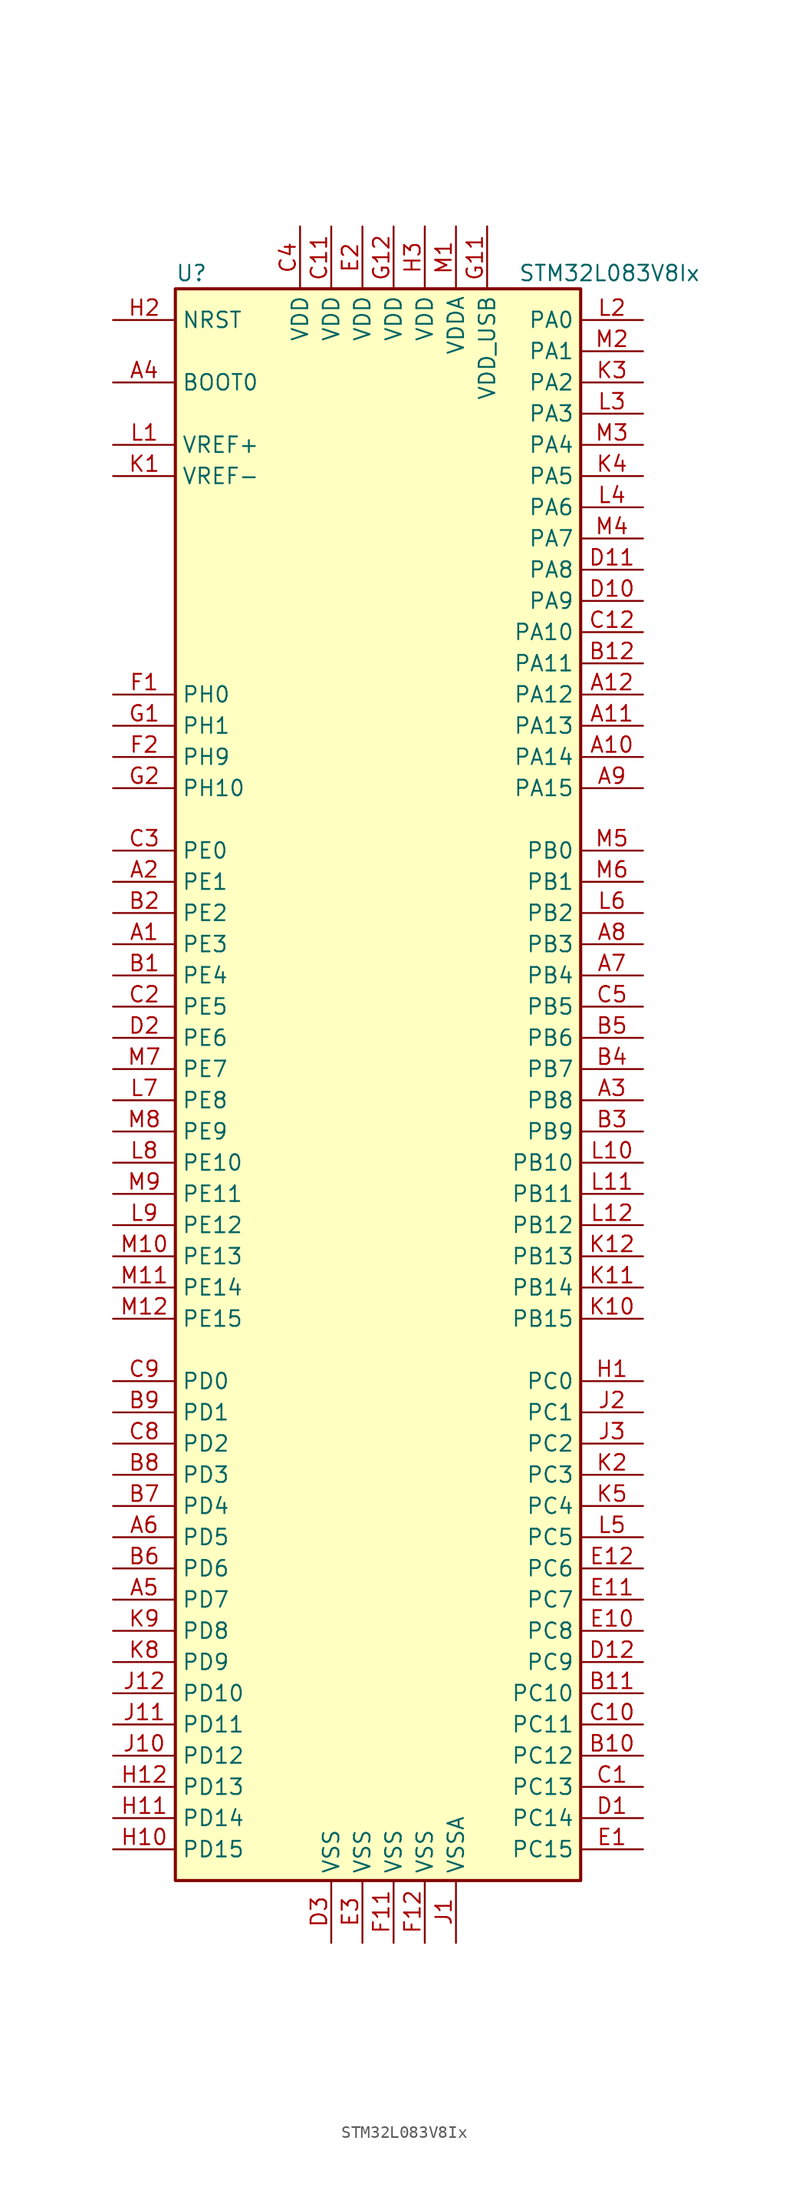
<source format=kicad_sym>
(kicad_symbol_lib
  (version 20201005)
  (generator kicad_symbol_editor)
  (symbol "STM32L083V8Ix"
    (property "Reference" "U"
      (at -17.78 64.77 0)
      (effects (font (size 1.27 1.27)) (justify left)))
    (property "Value" "STM32L083V8Ix"
      (at 10.16 64.77 0)
      (effects (font (size 1.27 1.27)) (justify left)))
    (symbol "STM32L083V8Ix_0_1"
      (rectangle (start -17.78 -66.04) (end 15.24 63.5) (stroke (width 0.254)) (fill (type background))))
    (symbol "STM32L083V8Ix_1_1"
      (pin input line (at -22.86 55.88 0) (length 5.08) (name "BOOT0" (effects (font (size 1.27 1.27)))) (number "A4" (effects (font (size 1.27 1.27)))))
      (pin input line (at -22.86 60.96 0) (length 5.08) (name "NRST" (effects (font (size 1.27 1.27)))) (number "H2" (effects (font (size 1.27 1.27)))))
      (pin bidirectional line (at 20.32 60.96 180) (length 5.08) (name "PA0" (effects (font (size 1.27 1.27)))) (number "L2" (effects (font (size 1.27 1.27)))))
      (pin bidirectional line (at 20.32 58.42 180) (length 5.08) (name "PA1" (effects (font (size 1.27 1.27)))) (number "M2" (effects (font (size 1.27 1.27)))))
      (pin bidirectional line (at 20.32 35.56 180) (length 5.08) (name "PA10" (effects (font (size 1.27 1.27)))) (number "C12" (effects (font (size 1.27 1.27)))))
      (pin bidirectional line (at 20.32 33.02 180) (length 5.08) (name "PA11" (effects (font (size 1.27 1.27)))) (number "B12" (effects (font (size 1.27 1.27)))))
      (pin bidirectional line (at 20.32 30.48 180) (length 5.08) (name "PA12" (effects (font (size 1.27 1.27)))) (number "A12" (effects (font (size 1.27 1.27)))))
      (pin bidirectional line (at 20.32 27.94 180) (length 5.08) (name "PA13" (effects (font (size 1.27 1.27)))) (number "A11" (effects (font (size 1.27 1.27)))))
      (pin bidirectional line (at 20.32 25.4 180) (length 5.08) (name "PA14" (effects (font (size 1.27 1.27)))) (number "A10" (effects (font (size 1.27 1.27)))))
      (pin bidirectional line (at 20.32 22.86 180) (length 5.08) (name "PA15" (effects (font (size 1.27 1.27)))) (number "A9" (effects (font (size 1.27 1.27)))))
      (pin bidirectional line (at 20.32 55.88 180) (length 5.08) (name "PA2" (effects (font (size 1.27 1.27)))) (number "K3" (effects (font (size 1.27 1.27)))))
      (pin bidirectional line (at 20.32 53.34 180) (length 5.08) (name "PA3" (effects (font (size 1.27 1.27)))) (number "L3" (effects (font (size 1.27 1.27)))))
      (pin bidirectional line (at 20.32 50.8 180) (length 5.08) (name "PA4" (effects (font (size 1.27 1.27)))) (number "M3" (effects (font (size 1.27 1.27)))))
      (pin bidirectional line (at 20.32 48.26 180) (length 5.08) (name "PA5" (effects (font (size 1.27 1.27)))) (number "K4" (effects (font (size 1.27 1.27)))))
      (pin bidirectional line (at 20.32 45.72 180) (length 5.08) (name "PA6" (effects (font (size 1.27 1.27)))) (number "L4" (effects (font (size 1.27 1.27)))))
      (pin bidirectional line (at 20.32 43.18 180) (length 5.08) (name "PA7" (effects (font (size 1.27 1.27)))) (number "M4" (effects (font (size 1.27 1.27)))))
      (pin bidirectional line (at 20.32 40.64 180) (length 5.08) (name "PA8" (effects (font (size 1.27 1.27)))) (number "D11" (effects (font (size 1.27 1.27)))))
      (pin bidirectional line (at 20.32 38.1 180) (length 5.08) (name "PA9" (effects (font (size 1.27 1.27)))) (number "D10" (effects (font (size 1.27 1.27)))))
      (pin bidirectional line (at 20.32 17.78 180) (length 5.08) (name "PB0" (effects (font (size 1.27 1.27)))) (number "M5" (effects (font (size 1.27 1.27)))))
      (pin bidirectional line (at 20.32 15.24 180) (length 5.08) (name "PB1" (effects (font (size 1.27 1.27)))) (number "M6" (effects (font (size 1.27 1.27)))))
      (pin bidirectional line (at 20.32 -7.62 180) (length 5.08) (name "PB10" (effects (font (size 1.27 1.27)))) (number "L10" (effects (font (size 1.27 1.27)))))
      (pin bidirectional line (at 20.32 -10.16 180) (length 5.08) (name "PB11" (effects (font (size 1.27 1.27)))) (number "L11" (effects (font (size 1.27 1.27)))))
      (pin bidirectional line (at 20.32 -12.7 180) (length 5.08) (name "PB12" (effects (font (size 1.27 1.27)))) (number "L12" (effects (font (size 1.27 1.27)))))
      (pin bidirectional line (at 20.32 -15.24 180) (length 5.08) (name "PB13" (effects (font (size 1.27 1.27)))) (number "K12" (effects (font (size 1.27 1.27)))))
      (pin bidirectional line (at 20.32 -17.78 180) (length 5.08) (name "PB14" (effects (font (size 1.27 1.27)))) (number "K11" (effects (font (size 1.27 1.27)))))
      (pin bidirectional line (at 20.32 -20.32 180) (length 5.08) (name "PB15" (effects (font (size 1.27 1.27)))) (number "K10" (effects (font (size 1.27 1.27)))))
      (pin bidirectional line (at 20.32 12.7 180) (length 5.08) (name "PB2" (effects (font (size 1.27 1.27)))) (number "L6" (effects (font (size 1.27 1.27)))))
      (pin bidirectional line (at 20.32 10.16 180) (length 5.08) (name "PB3" (effects (font (size 1.27 1.27)))) (number "A8" (effects (font (size 1.27 1.27)))))
      (pin bidirectional line (at 20.32 7.62 180) (length 5.08) (name "PB4" (effects (font (size 1.27 1.27)))) (number "A7" (effects (font (size 1.27 1.27)))))
      (pin bidirectional line (at 20.32 5.08 180) (length 5.08) (name "PB5" (effects (font (size 1.27 1.27)))) (number "C5" (effects (font (size 1.27 1.27)))))
      (pin bidirectional line (at 20.32 2.54 180) (length 5.08) (name "PB6" (effects (font (size 1.27 1.27)))) (number "B5" (effects (font (size 1.27 1.27)))))
      (pin bidirectional line (at 20.32 0 180) (length 5.08) (name "PB7" (effects (font (size 1.27 1.27)))) (number "B4" (effects (font (size 1.27 1.27)))))
      (pin bidirectional line (at 20.32 -2.54 180) (length 5.08) (name "PB8" (effects (font (size 1.27 1.27)))) (number "A3" (effects (font (size 1.27 1.27)))))
      (pin bidirectional line (at 20.32 -5.08 180) (length 5.08) (name "PB9" (effects (font (size 1.27 1.27)))) (number "B3" (effects (font (size 1.27 1.27)))))
      (pin bidirectional line (at 20.32 -25.4 180) (length 5.08) (name "PC0" (effects (font (size 1.27 1.27)))) (number "H1" (effects (font (size 1.27 1.27)))))
      (pin bidirectional line (at 20.32 -27.94 180) (length 5.08) (name "PC1" (effects (font (size 1.27 1.27)))) (number "J2" (effects (font (size 1.27 1.27)))))
      (pin bidirectional line (at 20.32 -50.8 180) (length 5.08) (name "PC10" (effects (font (size 1.27 1.27)))) (number "B11" (effects (font (size 1.27 1.27)))))
      (pin bidirectional line (at 20.32 -53.34 180) (length 5.08) (name "PC11" (effects (font (size 1.27 1.27)))) (number "C10" (effects (font (size 1.27 1.27)))))
      (pin bidirectional line (at 20.32 -55.88 180) (length 5.08) (name "PC12" (effects (font (size 1.27 1.27)))) (number "B10" (effects (font (size 1.27 1.27)))))
      (pin bidirectional line (at 20.32 -58.42 180) (length 5.08) (name "PC13" (effects (font (size 1.27 1.27)))) (number "C1" (effects (font (size 1.27 1.27)))))
      (pin bidirectional line (at 20.32 -60.96 180) (length 5.08) (name "PC14" (effects (font (size 1.27 1.27)))) (number "D1" (effects (font (size 1.27 1.27)))))
      (pin bidirectional line (at 20.32 -63.5 180) (length 5.08) (name "PC15" (effects (font (size 1.27 1.27)))) (number "E1" (effects (font (size 1.27 1.27)))))
      (pin bidirectional line (at 20.32 -30.48 180) (length 5.08) (name "PC2" (effects (font (size 1.27 1.27)))) (number "J3" (effects (font (size 1.27 1.27)))))
      (pin bidirectional line (at 20.32 -33.02 180) (length 5.08) (name "PC3" (effects (font (size 1.27 1.27)))) (number "K2" (effects (font (size 1.27 1.27)))))
      (pin bidirectional line (at 20.32 -35.56 180) (length 5.08) (name "PC4" (effects (font (size 1.27 1.27)))) (number "K5" (effects (font (size 1.27 1.27)))))
      (pin bidirectional line (at 20.32 -38.1 180) (length 5.08) (name "PC5" (effects (font (size 1.27 1.27)))) (number "L5" (effects (font (size 1.27 1.27)))))
      (pin bidirectional line (at 20.32 -40.64 180) (length 5.08) (name "PC6" (effects (font (size 1.27 1.27)))) (number "E12" (effects (font (size 1.27 1.27)))))
      (pin bidirectional line (at 20.32 -43.18 180) (length 5.08) (name "PC7" (effects (font (size 1.27 1.27)))) (number "E11" (effects (font (size 1.27 1.27)))))
      (pin bidirectional line (at 20.32 -45.72 180) (length 5.08) (name "PC8" (effects (font (size 1.27 1.27)))) (number "E10" (effects (font (size 1.27 1.27)))))
      (pin bidirectional line (at 20.32 -48.26 180) (length 5.08) (name "PC9" (effects (font (size 1.27 1.27)))) (number "D12" (effects (font (size 1.27 1.27)))))
      (pin bidirectional line (at -22.86 -25.4 0) (length 5.08) (name "PD0" (effects (font (size 1.27 1.27)))) (number "C9" (effects (font (size 1.27 1.27)))))
      (pin bidirectional line (at -22.86 -27.94 0) (length 5.08) (name "PD1" (effects (font (size 1.27 1.27)))) (number "B9" (effects (font (size 1.27 1.27)))))
      (pin bidirectional line (at -22.86 -50.8 0) (length 5.08) (name "PD10" (effects (font (size 1.27 1.27)))) (number "J12" (effects (font (size 1.27 1.27)))))
      (pin bidirectional line (at -22.86 -53.34 0) (length 5.08) (name "PD11" (effects (font (size 1.27 1.27)))) (number "J11" (effects (font (size 1.27 1.27)))))
      (pin bidirectional line (at -22.86 -55.88 0) (length 5.08) (name "PD12" (effects (font (size 1.27 1.27)))) (number "J10" (effects (font (size 1.27 1.27)))))
      (pin bidirectional line (at -22.86 -58.42 0) (length 5.08) (name "PD13" (effects (font (size 1.27 1.27)))) (number "H12" (effects (font (size 1.27 1.27)))))
      (pin bidirectional line (at -22.86 -60.96 0) (length 5.08) (name "PD14" (effects (font (size 1.27 1.27)))) (number "H11" (effects (font (size 1.27 1.27)))))
      (pin bidirectional line (at -22.86 -63.5 0) (length 5.08) (name "PD15" (effects (font (size 1.27 1.27)))) (number "H10" (effects (font (size 1.27 1.27)))))
      (pin bidirectional line (at -22.86 -30.48 0) (length 5.08) (name "PD2" (effects (font (size 1.27 1.27)))) (number "C8" (effects (font (size 1.27 1.27)))))
      (pin bidirectional line (at -22.86 -33.02 0) (length 5.08) (name "PD3" (effects (font (size 1.27 1.27)))) (number "B8" (effects (font (size 1.27 1.27)))))
      (pin bidirectional line (at -22.86 -35.56 0) (length 5.08) (name "PD4" (effects (font (size 1.27 1.27)))) (number "B7" (effects (font (size 1.27 1.27)))))
      (pin bidirectional line (at -22.86 -38.1 0) (length 5.08) (name "PD5" (effects (font (size 1.27 1.27)))) (number "A6" (effects (font (size 1.27 1.27)))))
      (pin bidirectional line (at -22.86 -40.64 0) (length 5.08) (name "PD6" (effects (font (size 1.27 1.27)))) (number "B6" (effects (font (size 1.27 1.27)))))
      (pin bidirectional line (at -22.86 -43.18 0) (length 5.08) (name "PD7" (effects (font (size 1.27 1.27)))) (number "A5" (effects (font (size 1.27 1.27)))))
      (pin bidirectional line (at -22.86 -45.72 0) (length 5.08) (name "PD8" (effects (font (size 1.27 1.27)))) (number "K9" (effects (font (size 1.27 1.27)))))
      (pin bidirectional line (at -22.86 -48.26 0) (length 5.08) (name "PD9" (effects (font (size 1.27 1.27)))) (number "K8" (effects (font (size 1.27 1.27)))))
      (pin bidirectional line (at -22.86 17.78 0) (length 5.08) (name "PE0" (effects (font (size 1.27 1.27)))) (number "C3" (effects (font (size 1.27 1.27)))))
      (pin bidirectional line (at -22.86 15.24 0) (length 5.08) (name "PE1" (effects (font (size 1.27 1.27)))) (number "A2" (effects (font (size 1.27 1.27)))))
      (pin bidirectional line (at -22.86 -7.62 0) (length 5.08) (name "PE10" (effects (font (size 1.27 1.27)))) (number "L8" (effects (font (size 1.27 1.27)))))
      (pin bidirectional line (at -22.86 -10.16 0) (length 5.08) (name "PE11" (effects (font (size 1.27 1.27)))) (number "M9" (effects (font (size 1.27 1.27)))))
      (pin bidirectional line (at -22.86 -12.7 0) (length 5.08) (name "PE12" (effects (font (size 1.27 1.27)))) (number "L9" (effects (font (size 1.27 1.27)))))
      (pin bidirectional line (at -22.86 -15.24 0) (length 5.08) (name "PE13" (effects (font (size 1.27 1.27)))) (number "M10" (effects (font (size 1.27 1.27)))))
      (pin bidirectional line (at -22.86 -17.78 0) (length 5.08) (name "PE14" (effects (font (size 1.27 1.27)))) (number "M11" (effects (font (size 1.27 1.27)))))
      (pin bidirectional line (at -22.86 -20.32 0) (length 5.08) (name "PE15" (effects (font (size 1.27 1.27)))) (number "M12" (effects (font (size 1.27 1.27)))))
      (pin bidirectional line (at -22.86 12.7 0) (length 5.08) (name "PE2" (effects (font (size 1.27 1.27)))) (number "B2" (effects (font (size 1.27 1.27)))))
      (pin bidirectional line (at -22.86 10.16 0) (length 5.08) (name "PE3" (effects (font (size 1.27 1.27)))) (number "A1" (effects (font (size 1.27 1.27)))))
      (pin bidirectional line (at -22.86 7.62 0) (length 5.08) (name "PE4" (effects (font (size 1.27 1.27)))) (number "B1" (effects (font (size 1.27 1.27)))))
      (pin bidirectional line (at -22.86 5.08 0) (length 5.08) (name "PE5" (effects (font (size 1.27 1.27)))) (number "C2" (effects (font (size 1.27 1.27)))))
      (pin bidirectional line (at -22.86 2.54 0) (length 5.08) (name "PE6" (effects (font (size 1.27 1.27)))) (number "D2" (effects (font (size 1.27 1.27)))))
      (pin bidirectional line (at -22.86 0 0) (length 5.08) (name "PE7" (effects (font (size 1.27 1.27)))) (number "M7" (effects (font (size 1.27 1.27)))))
      (pin bidirectional line (at -22.86 -2.54 0) (length 5.08) (name "PE8" (effects (font (size 1.27 1.27)))) (number "L7" (effects (font (size 1.27 1.27)))))
      (pin bidirectional line (at -22.86 -5.08 0) (length 5.08) (name "PE9" (effects (font (size 1.27 1.27)))) (number "M8" (effects (font (size 1.27 1.27)))))
      (pin input line (at -22.86 30.48 0) (length 5.08) (name "PH0" (effects (font (size 1.27 1.27)))) (number "F1" (effects (font (size 1.27 1.27)))))
      (pin input line (at -22.86 27.94 0) (length 5.08) (name "PH1" (effects (font (size 1.27 1.27)))) (number "G1" (effects (font (size 1.27 1.27)))))
      (pin bidirectional line (at -22.86 22.86 0) (length 5.08) (name "PH10" (effects (font (size 1.27 1.27)))) (number "G2" (effects (font (size 1.27 1.27)))))
      (pin bidirectional line (at -22.86 25.4 0) (length 5.08) (name "PH9" (effects (font (size 1.27 1.27)))) (number "F2" (effects (font (size 1.27 1.27)))))
      (pin power_in line (at -5.08 68.58 270) (length 5.08) (name "VDD" (effects (font (size 1.27 1.27)))) (number "C11" (effects (font (size 1.27 1.27)))))
      (pin power_in line (at -7.62 68.58 270) (length 5.08) (name "VDD" (effects (font (size 1.27 1.27)))) (number "C4" (effects (font (size 1.27 1.27)))))
      (pin power_in line (at -2.54 68.58 270) (length 5.08) (name "VDD" (effects (font (size 1.27 1.27)))) (number "E2" (effects (font (size 1.27 1.27)))))
      (pin power_in line (at 0 68.58 270) (length 5.08) (name "VDD" (effects (font (size 1.27 1.27)))) (number "G12" (effects (font (size 1.27 1.27)))))
      (pin power_in line (at 2.54 68.58 270) (length 5.08) (name "VDD" (effects (font (size 1.27 1.27)))) (number "H3" (effects (font (size 1.27 1.27)))))
      (pin power_in line (at 5.08 68.58 270) (length 5.08) (name "VDDA" (effects (font (size 1.27 1.27)))) (number "M1" (effects (font (size 1.27 1.27)))))
      (pin power_in line (at 7.62 68.58 270) (length 5.08) (name "VDD_USB" (effects (font (size 1.27 1.27)))) (number "G11" (effects (font (size 1.27 1.27)))))
      (pin power_in line (at -22.86 50.8 0) (length 5.08) (name "VREF+" (effects (font (size 1.27 1.27)))) (number "L1" (effects (font (size 1.27 1.27)))))
      (pin power_in line (at -22.86 48.26 0) (length 5.08) (name "VREF-" (effects (font (size 1.27 1.27)))) (number "K1" (effects (font (size 1.27 1.27)))))
      (pin power_in line (at -5.08 -71.12 90) (length 5.08) (name "VSS" (effects (font (size 1.27 1.27)))) (number "D3" (effects (font (size 1.27 1.27)))))
      (pin power_in line (at -2.54 -71.12 90) (length 5.08) (name "VSS" (effects (font (size 1.27 1.27)))) (number "E3" (effects (font (size 1.27 1.27)))))
      (pin power_in line (at 0 -71.12 90) (length 5.08) (name "VSS" (effects (font (size 1.27 1.27)))) (number "F11" (effects (font (size 1.27 1.27)))))
      (pin power_in line (at 2.54 -71.12 90) (length 5.08) (name "VSS" (effects (font (size 1.27 1.27)))) (number "F12" (effects (font (size 1.27 1.27)))))
      (pin power_in line (at 5.08 -71.12 90) (length 5.08) (name "VSSA" (effects (font (size 1.27 1.27)))) (number "J1" (effects (font (size 1.27 1.27))))))))
</source>
